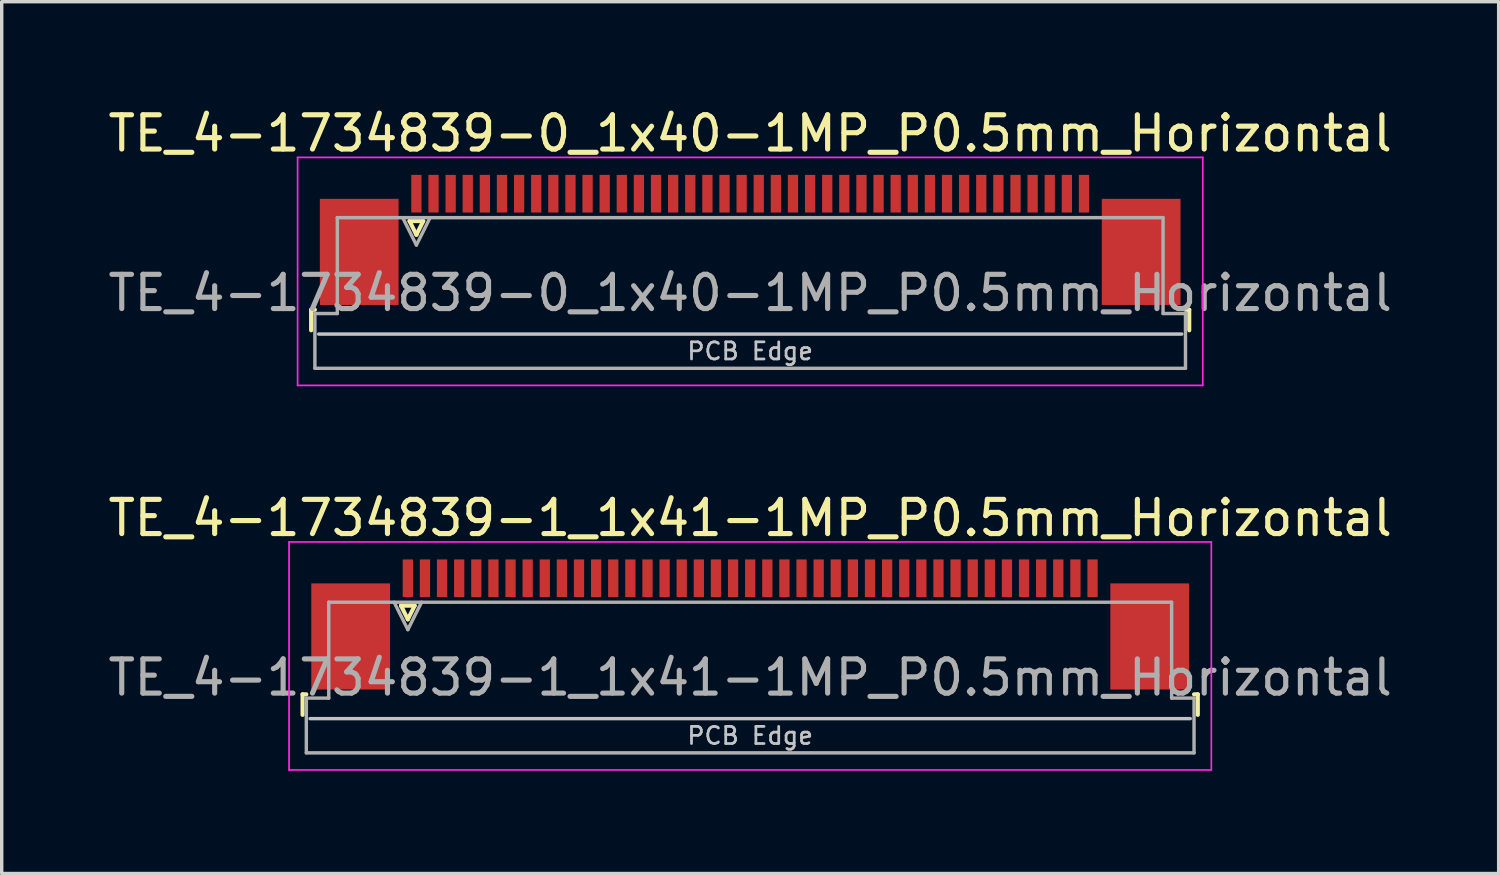
<source format=kicad_pcb>
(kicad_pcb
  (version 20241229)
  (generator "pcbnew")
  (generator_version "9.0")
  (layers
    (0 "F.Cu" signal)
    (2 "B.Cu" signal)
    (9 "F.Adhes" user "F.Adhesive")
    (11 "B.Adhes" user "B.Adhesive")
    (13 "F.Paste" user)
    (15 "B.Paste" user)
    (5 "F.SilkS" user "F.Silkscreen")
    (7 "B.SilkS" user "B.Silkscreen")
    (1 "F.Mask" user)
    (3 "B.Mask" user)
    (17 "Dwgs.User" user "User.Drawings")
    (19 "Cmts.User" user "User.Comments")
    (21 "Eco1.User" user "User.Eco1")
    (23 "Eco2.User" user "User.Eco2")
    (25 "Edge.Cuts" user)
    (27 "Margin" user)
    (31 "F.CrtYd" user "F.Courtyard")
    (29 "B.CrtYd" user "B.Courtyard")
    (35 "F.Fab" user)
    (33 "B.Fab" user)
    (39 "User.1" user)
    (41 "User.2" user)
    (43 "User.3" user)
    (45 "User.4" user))
  (footprint "TE_4-1734839-1_1x41-1MP_P0.5mm_Horizontal"
    (layer "F.Cu")
    (at 18.863 15.191)
    (property "Reference" "TE_4-1734839-1_1x41-1MP_P0.5mm_Horizontal" (at 0 -3.11 0) (layer "F.SilkS") (effects (font (size 1 1) (thickness 0.15))))
    (attr smd)
    (fp_line (start -13.075 2.04) (end -13.075 2.64) (stroke (width 0.12) (type solid)) (layer "F.SilkS"))
    (fp_line (start -12.965 2.04) (end -13.075 2.04) (stroke (width 0.12) (type solid)) (layer "F.SilkS"))
    (fp_line (start -10.2 -0.55) (end -10 -0.15) (stroke (width 0.12) (type solid)) (layer "F.SilkS"))
    (fp_line (start -10 -0.15) (end -9.8 -0.55) (stroke (width 0.12) (type solid)) (layer "F.SilkS"))
    (fp_line (start -9.8 -0.55) (end -10.2 -0.55) (stroke (width 0.12) (type solid)) (layer "F.SilkS"))
    (fp_line (start 12.965 2.04) (end 13.075 2.04) (stroke (width 0.12) (type solid)) (layer "F.SilkS"))
    (fp_line (start 13.075 2.04) (end 13.075 2.64) (stroke (width 0.12) (type solid)) (layer "F.SilkS"))
    (fp_line (start 12.855 2.75) (end -12.855 2.75) (stroke (width 0.1) (type solid)) (layer "Dwgs.User"))
    (fp_line (start -13.47 -2.41) (end -13.47 4.25) (stroke (width 0.05) (type solid)) (layer "F.CrtYd"))
    (fp_line (start -13.47 4.25) (end 13.47 4.25) (stroke (width 0.05) (type solid)) (layer "F.CrtYd"))
    (fp_line (start 13.47 -2.41) (end -13.47 -2.41) (stroke (width 0.05) (type solid)) (layer "F.CrtYd"))
    (fp_line (start 13.47 4.25) (end 13.47 -2.41) (stroke (width 0.05) (type solid)) (layer "F.CrtYd"))
    (fp_line (start -12.965 2.15) (end -12.31 2.15) (stroke (width 0.1) (type solid)) (layer "F.Fab"))
    (fp_line (start -12.965 3.75) (end -12.965 2.15) (stroke (width 0.1) (type solid)) (layer "F.Fab"))
    (fp_line (start -12.31 -0.65) (end 12.31 -0.65) (stroke (width 0.1) (type solid)) (layer "F.Fab"))
    (fp_line (start -12.31 2.15) (end -12.31 -0.65) (stroke (width 0.1) (type solid)) (layer "F.Fab"))
    (fp_line (start -10.4 -0.65) (end -10 0.15) (stroke (width 0.1) (type solid)) (layer "F.Fab"))
    (fp_line (start -10 0.15) (end -9.6 -0.65) (stroke (width 0.1) (type solid)) (layer "F.Fab"))
    (fp_line (start 12.31 -0.65) (end 12.31 2.15) (stroke (width 0.1) (type solid)) (layer "F.Fab"))
    (fp_line (start 12.31 2.15) (end 12.965 2.15) (stroke (width 0.1) (type solid)) (layer "F.Fab"))
    (fp_line (start 12.965 2.15) (end 12.965 3.75) (stroke (width 0.1) (type solid)) (layer "F.Fab"))
    (fp_line (start 12.965 3.75) (end -12.965 3.75) (stroke (width 0.1) (type solid)) (layer "F.Fab"))
    (fp_text user "PCB Edge" (at 0 3.25 0) (layer "Dwgs.User") (effects (font (size 0.5 0.5) (thickness 0.08))))
    (fp_text user "${REFERENCE}" (at 0 1.55 0) (layer "F.Fab") (effects (font (size 1 1) (thickness 0.15))))
    (pad "1" smd rect (at -10 -1.35) (size 0.3 1.1) (layers "F.Cu" "F.Mask" "F.Paste"))
    (pad "2" smd rect (at -9.5 -1.35) (size 0.3 1.1) (layers "F.Cu" "F.Mask" "F.Paste"))
    (pad "3" smd rect (at -9 -1.35) (size 0.3 1.1) (layers "F.Cu" "F.Mask" "F.Paste"))
    (pad "4" smd rect (at -8.5 -1.35) (size 0.3 1.1) (layers "F.Cu" "F.Mask" "F.Paste"))
    (pad "5" smd rect (at -8 -1.35) (size 0.3 1.1) (layers "F.Cu" "F.Mask" "F.Paste"))
    (pad "6" smd rect (at -7.5 -1.35) (size 0.3 1.1) (layers "F.Cu" "F.Mask" "F.Paste"))
    (pad "7" smd rect (at -7 -1.35) (size 0.3 1.1) (layers "F.Cu" "F.Mask" "F.Paste"))
    (pad "8" smd rect (at -6.5 -1.35) (size 0.3 1.1) (layers "F.Cu" "F.Mask" "F.Paste"))
    (pad "9" smd rect (at -6 -1.35) (size 0.3 1.1) (layers "F.Cu" "F.Mask" "F.Paste"))
    (pad "10" smd rect (at -5.5 -1.35) (size 0.3 1.1) (layers "F.Cu" "F.Mask" "F.Paste"))
    (pad "11" smd rect (at -5 -1.35) (size 0.3 1.1) (layers "F.Cu" "F.Mask" "F.Paste"))
    (pad "12" smd rect (at -4.5 -1.35) (size 0.3 1.1) (layers "F.Cu" "F.Mask" "F.Paste"))
    (pad "13" smd rect (at -4 -1.35) (size 0.3 1.1) (layers "F.Cu" "F.Mask" "F.Paste"))
    (pad "14" smd rect (at -3.5 -1.35) (size 0.3 1.1) (layers "F.Cu" "F.Mask" "F.Paste"))
    (pad "15" smd rect (at -3 -1.35) (size 0.3 1.1) (layers "F.Cu" "F.Mask" "F.Paste"))
    (pad "16" smd rect (at -2.5 -1.35) (size 0.3 1.1) (layers "F.Cu" "F.Mask" "F.Paste"))
    (pad "17" smd rect (at -2 -1.35) (size 0.3 1.1) (layers "F.Cu" "F.Mask" "F.Paste"))
    (pad "18" smd rect (at -1.5 -1.35) (size 0.3 1.1) (layers "F.Cu" "F.Mask" "F.Paste"))
    (pad "19" smd rect (at -1 -1.35) (size 0.3 1.1) (layers "F.Cu" "F.Mask" "F.Paste"))
    (pad "20" smd rect (at -0.5 -1.35) (size 0.3 1.1) (layers "F.Cu" "F.Mask" "F.Paste"))
    (pad "21" smd rect (at 0 -1.35) (size 0.3 1.1) (layers "F.Cu" "F.Mask" "F.Paste"))
    (pad "22" smd rect (at 0.5 -1.35) (size 0.3 1.1) (layers "F.Cu" "F.Mask" "F.Paste"))
    (pad "23" smd rect (at 1 -1.35) (size 0.3 1.1) (layers "F.Cu" "F.Mask" "F.Paste"))
    (pad "24" smd rect (at 1.5 -1.35) (size 0.3 1.1) (layers "F.Cu" "F.Mask" "F.Paste"))
    (pad "25" smd rect (at 2 -1.35) (size 0.3 1.1) (layers "F.Cu" "F.Mask" "F.Paste"))
    (pad "26" smd rect (at 2.5 -1.35) (size 0.3 1.1) (layers "F.Cu" "F.Mask" "F.Paste"))
    (pad "27" smd rect (at 3 -1.35) (size 0.3 1.1) (layers "F.Cu" "F.Mask" "F.Paste"))
    (pad "28" smd rect (at 3.5 -1.35) (size 0.3 1.1) (layers "F.Cu" "F.Mask" "F.Paste"))
    (pad "29" smd rect (at 4 -1.35) (size 0.3 1.1) (layers "F.Cu" "F.Mask" "F.Paste"))
    (pad "30" smd rect (at 4.5 -1.35) (size 0.3 1.1) (layers "F.Cu" "F.Mask" "F.Paste"))
    (pad "31" smd rect (at 5 -1.35) (size 0.3 1.1) (layers "F.Cu" "F.Mask" "F.Paste"))
    (pad "32" smd rect (at 5.5 -1.35) (size 0.3 1.1) (layers "F.Cu" "F.Mask" "F.Paste"))
    (pad "33" smd rect (at 6 -1.35) (size 0.3 1.1) (layers "F.Cu" "F.Mask" "F.Paste"))
    (pad "34" smd rect (at 6.5 -1.35) (size 0.3 1.1) (layers "F.Cu" "F.Mask" "F.Paste"))
    (pad "35" smd rect (at 7 -1.35) (size 0.3 1.1) (layers "F.Cu" "F.Mask" "F.Paste"))
    (pad "36" smd rect (at 7.5 -1.35) (size 0.3 1.1) (layers "F.Cu" "F.Mask" "F.Paste"))
    (pad "37" smd rect (at 8 -1.35) (size 0.3 1.1) (layers "F.Cu" "F.Mask" "F.Paste"))
    (pad "38" smd rect (at 8.5 -1.35) (size 0.3 1.1) (layers "F.Cu" "F.Mask" "F.Paste"))
    (pad "39" smd rect (at 9 -1.35) (size 0.3 1.1) (layers "F.Cu" "F.Mask" "F.Paste"))
    (pad "40" smd rect (at 9.5 -1.35) (size 0.3 1.1) (layers "F.Cu" "F.Mask" "F.Paste"))
    (pad "41" smd rect (at 10 -1.35) (size 0.3 1.1) (layers "F.Cu" "F.Mask" "F.Paste"))
    (pad "MP" smd rect (at -11.67 0.35) (size 2.3 3.1) (layers "F.Cu" "F.Mask" "F.Paste"))
    (pad "MP" smd rect (at 11.67 0.35) (size 2.3 3.1) (layers "F.Cu" "F.Mask" "F.Paste")))
  (footprint "TE_4-1734839-0_1x40-1MP_P0.5mm_Horizontal"
    (layer "F.Cu")
    (at 18.863 3.958)
    (property "Reference" "TE_4-1734839-0_1x40-1MP_P0.5mm_Horizontal" (at 0 -3.11 0) (layer "F.SilkS") (effects (font (size 1 1) (thickness 0.15))))
    (attr smd)
    (fp_line (start -12.825 2.04) (end -12.825 2.64) (stroke (width 0.12) (type solid)) (layer "F.SilkS"))
    (fp_line (start -12.715 2.04) (end -12.825 2.04) (stroke (width 0.12) (type solid)) (layer "F.SilkS"))
    (fp_line (start -9.95 -0.55) (end -9.75 -0.15) (stroke (width 0.12) (type solid)) (layer "F.SilkS"))
    (fp_line (start -9.75 -0.15) (end -9.55 -0.55) (stroke (width 0.12) (type solid)) (layer "F.SilkS"))
    (fp_line (start -9.55 -0.55) (end -9.95 -0.55) (stroke (width 0.12) (type solid)) (layer "F.SilkS"))
    (fp_line (start 12.715 2.04) (end 12.825 2.04) (stroke (width 0.12) (type solid)) (layer "F.SilkS"))
    (fp_line (start 12.825 2.04) (end 12.825 2.64) (stroke (width 0.12) (type solid)) (layer "F.SilkS"))
    (fp_line (start 12.605 2.75) (end -12.605 2.75) (stroke (width 0.1) (type solid)) (layer "Dwgs.User"))
    (fp_line (start -13.22 -2.41) (end -13.22 4.25) (stroke (width 0.05) (type solid)) (layer "F.CrtYd"))
    (fp_line (start -13.22 4.25) (end 13.22 4.25) (stroke (width 0.05) (type solid)) (layer "F.CrtYd"))
    (fp_line (start 13.22 -2.41) (end -13.22 -2.41) (stroke (width 0.05) (type solid)) (layer "F.CrtYd"))
    (fp_line (start 13.22 4.25) (end 13.22 -2.41) (stroke (width 0.05) (type solid)) (layer "F.CrtYd"))
    (fp_line (start -12.715 2.15) (end -12.06 2.15) (stroke (width 0.1) (type solid)) (layer "F.Fab"))
    (fp_line (start -12.715 3.75) (end -12.715 2.15) (stroke (width 0.1) (type solid)) (layer "F.Fab"))
    (fp_line (start -12.06 -0.65) (end 12.06 -0.65) (stroke (width 0.1) (type solid)) (layer "F.Fab"))
    (fp_line (start -12.06 2.15) (end -12.06 -0.65) (stroke (width 0.1) (type solid)) (layer "F.Fab"))
    (fp_line (start -10.15 -0.65) (end -9.75 0.15) (stroke (width 0.1) (type solid)) (layer "F.Fab"))
    (fp_line (start -9.75 0.15) (end -9.35 -0.65) (stroke (width 0.1) (type solid)) (layer "F.Fab"))
    (fp_line (start 12.06 -0.65) (end 12.06 2.15) (stroke (width 0.1) (type solid)) (layer "F.Fab"))
    (fp_line (start 12.06 2.15) (end 12.715 2.15) (stroke (width 0.1) (type solid)) (layer "F.Fab"))
    (fp_line (start 12.715 2.15) (end 12.715 3.75) (stroke (width 0.1) (type solid)) (layer "F.Fab"))
    (fp_line (start 12.715 3.75) (end -12.715 3.75) (stroke (width 0.1) (type solid)) (layer "F.Fab"))
    (fp_text user "PCB Edge" (at 0 3.25 0) (layer "Dwgs.User") (effects (font (size 0.5 0.5) (thickness 0.08))))
    (fp_text user "${REFERENCE}" (at 0 1.55 0) (layer "F.Fab") (effects (font (size 1 1) (thickness 0.15))))
    (pad "1" smd rect (at -9.75 -1.35) (size 0.3 1.1) (layers "F.Cu" "F.Mask" "F.Paste"))
    (pad "2" smd rect (at -9.25 -1.35) (size 0.3 1.1) (layers "F.Cu" "F.Mask" "F.Paste"))
    (pad "3" smd rect (at -8.75 -1.35) (size 0.3 1.1) (layers "F.Cu" "F.Mask" "F.Paste"))
    (pad "4" smd rect (at -8.25 -1.35) (size 0.3 1.1) (layers "F.Cu" "F.Mask" "F.Paste"))
    (pad "5" smd rect (at -7.75 -1.35) (size 0.3 1.1) (layers "F.Cu" "F.Mask" "F.Paste"))
    (pad "6" smd rect (at -7.25 -1.35) (size 0.3 1.1) (layers "F.Cu" "F.Mask" "F.Paste"))
    (pad "7" smd rect (at -6.75 -1.35) (size 0.3 1.1) (layers "F.Cu" "F.Mask" "F.Paste"))
    (pad "8" smd rect (at -6.25 -1.35) (size 0.3 1.1) (layers "F.Cu" "F.Mask" "F.Paste"))
    (pad "9" smd rect (at -5.75 -1.35) (size 0.3 1.1) (layers "F.Cu" "F.Mask" "F.Paste"))
    (pad "10" smd rect (at -5.25 -1.35) (size 0.3 1.1) (layers "F.Cu" "F.Mask" "F.Paste"))
    (pad "11" smd rect (at -4.75 -1.35) (size 0.3 1.1) (layers "F.Cu" "F.Mask" "F.Paste"))
    (pad "12" smd rect (at -4.25 -1.35) (size 0.3 1.1) (layers "F.Cu" "F.Mask" "F.Paste"))
    (pad "13" smd rect (at -3.75 -1.35) (size 0.3 1.1) (layers "F.Cu" "F.Mask" "F.Paste"))
    (pad "14" smd rect (at -3.25 -1.35) (size 0.3 1.1) (layers "F.Cu" "F.Mask" "F.Paste"))
    (pad "15" smd rect (at -2.75 -1.35) (size 0.3 1.1) (layers "F.Cu" "F.Mask" "F.Paste"))
    (pad "16" smd rect (at -2.25 -1.35) (size 0.3 1.1) (layers "F.Cu" "F.Mask" "F.Paste"))
    (pad "17" smd rect (at -1.75 -1.35) (size 0.3 1.1) (layers "F.Cu" "F.Mask" "F.Paste"))
    (pad "18" smd rect (at -1.25 -1.35) (size 0.3 1.1) (layers "F.Cu" "F.Mask" "F.Paste"))
    (pad "19" smd rect (at -0.75 -1.35) (size 0.3 1.1) (layers "F.Cu" "F.Mask" "F.Paste"))
    (pad "20" smd rect (at -0.25 -1.35) (size 0.3 1.1) (layers "F.Cu" "F.Mask" "F.Paste"))
    (pad "21" smd rect (at 0.25 -1.35) (size 0.3 1.1) (layers "F.Cu" "F.Mask" "F.Paste"))
    (pad "22" smd rect (at 0.75 -1.35) (size 0.3 1.1) (layers "F.Cu" "F.Mask" "F.Paste"))
    (pad "23" smd rect (at 1.25 -1.35) (size 0.3 1.1) (layers "F.Cu" "F.Mask" "F.Paste"))
    (pad "24" smd rect (at 1.75 -1.35) (size 0.3 1.1) (layers "F.Cu" "F.Mask" "F.Paste"))
    (pad "25" smd rect (at 2.25 -1.35) (size 0.3 1.1) (layers "F.Cu" "F.Mask" "F.Paste"))
    (pad "26" smd rect (at 2.75 -1.35) (size 0.3 1.1) (layers "F.Cu" "F.Mask" "F.Paste"))
    (pad "27" smd rect (at 3.25 -1.35) (size 0.3 1.1) (layers "F.Cu" "F.Mask" "F.Paste"))
    (pad "28" smd rect (at 3.75 -1.35) (size 0.3 1.1) (layers "F.Cu" "F.Mask" "F.Paste"))
    (pad "29" smd rect (at 4.25 -1.35) (size 0.3 1.1) (layers "F.Cu" "F.Mask" "F.Paste"))
    (pad "30" smd rect (at 4.75 -1.35) (size 0.3 1.1) (layers "F.Cu" "F.Mask" "F.Paste"))
    (pad "31" smd rect (at 5.25 -1.35) (size 0.3 1.1) (layers "F.Cu" "F.Mask" "F.Paste"))
    (pad "32" smd rect (at 5.75 -1.35) (size 0.3 1.1) (layers "F.Cu" "F.Mask" "F.Paste"))
    (pad "33" smd rect (at 6.25 -1.35) (size 0.3 1.1) (layers "F.Cu" "F.Mask" "F.Paste"))
    (pad "34" smd rect (at 6.75 -1.35) (size 0.3 1.1) (layers "F.Cu" "F.Mask" "F.Paste"))
    (pad "35" smd rect (at 7.25 -1.35) (size 0.3 1.1) (layers "F.Cu" "F.Mask" "F.Paste"))
    (pad "36" smd rect (at 7.75 -1.35) (size 0.3 1.1) (layers "F.Cu" "F.Mask" "F.Paste"))
    (pad "37" smd rect (at 8.25 -1.35) (size 0.3 1.1) (layers "F.Cu" "F.Mask" "F.Paste"))
    (pad "38" smd rect (at 8.75 -1.35) (size 0.3 1.1) (layers "F.Cu" "F.Mask" "F.Paste"))
    (pad "39" smd rect (at 9.25 -1.35) (size 0.3 1.1) (layers "F.Cu" "F.Mask" "F.Paste"))
    (pad "40" smd rect (at 9.75 -1.35) (size 0.3 1.1) (layers "F.Cu" "F.Mask" "F.Paste"))
    (pad "MP" smd rect (at -11.42 0.35) (size 2.3 3.1) (layers "F.Cu" "F.Mask" "F.Paste"))
    (pad "MP" smd rect (at 11.42 0.35) (size 2.3 3.1) (layers "F.Cu" "F.Mask" "F.Paste")))
  (gr_rect
    (start -3 -3)
    (end 40.726 22.466)
    (stroke (width 0.1) (type default))
    (fill no)
    (layer "Edge.Cuts")))
</source>
